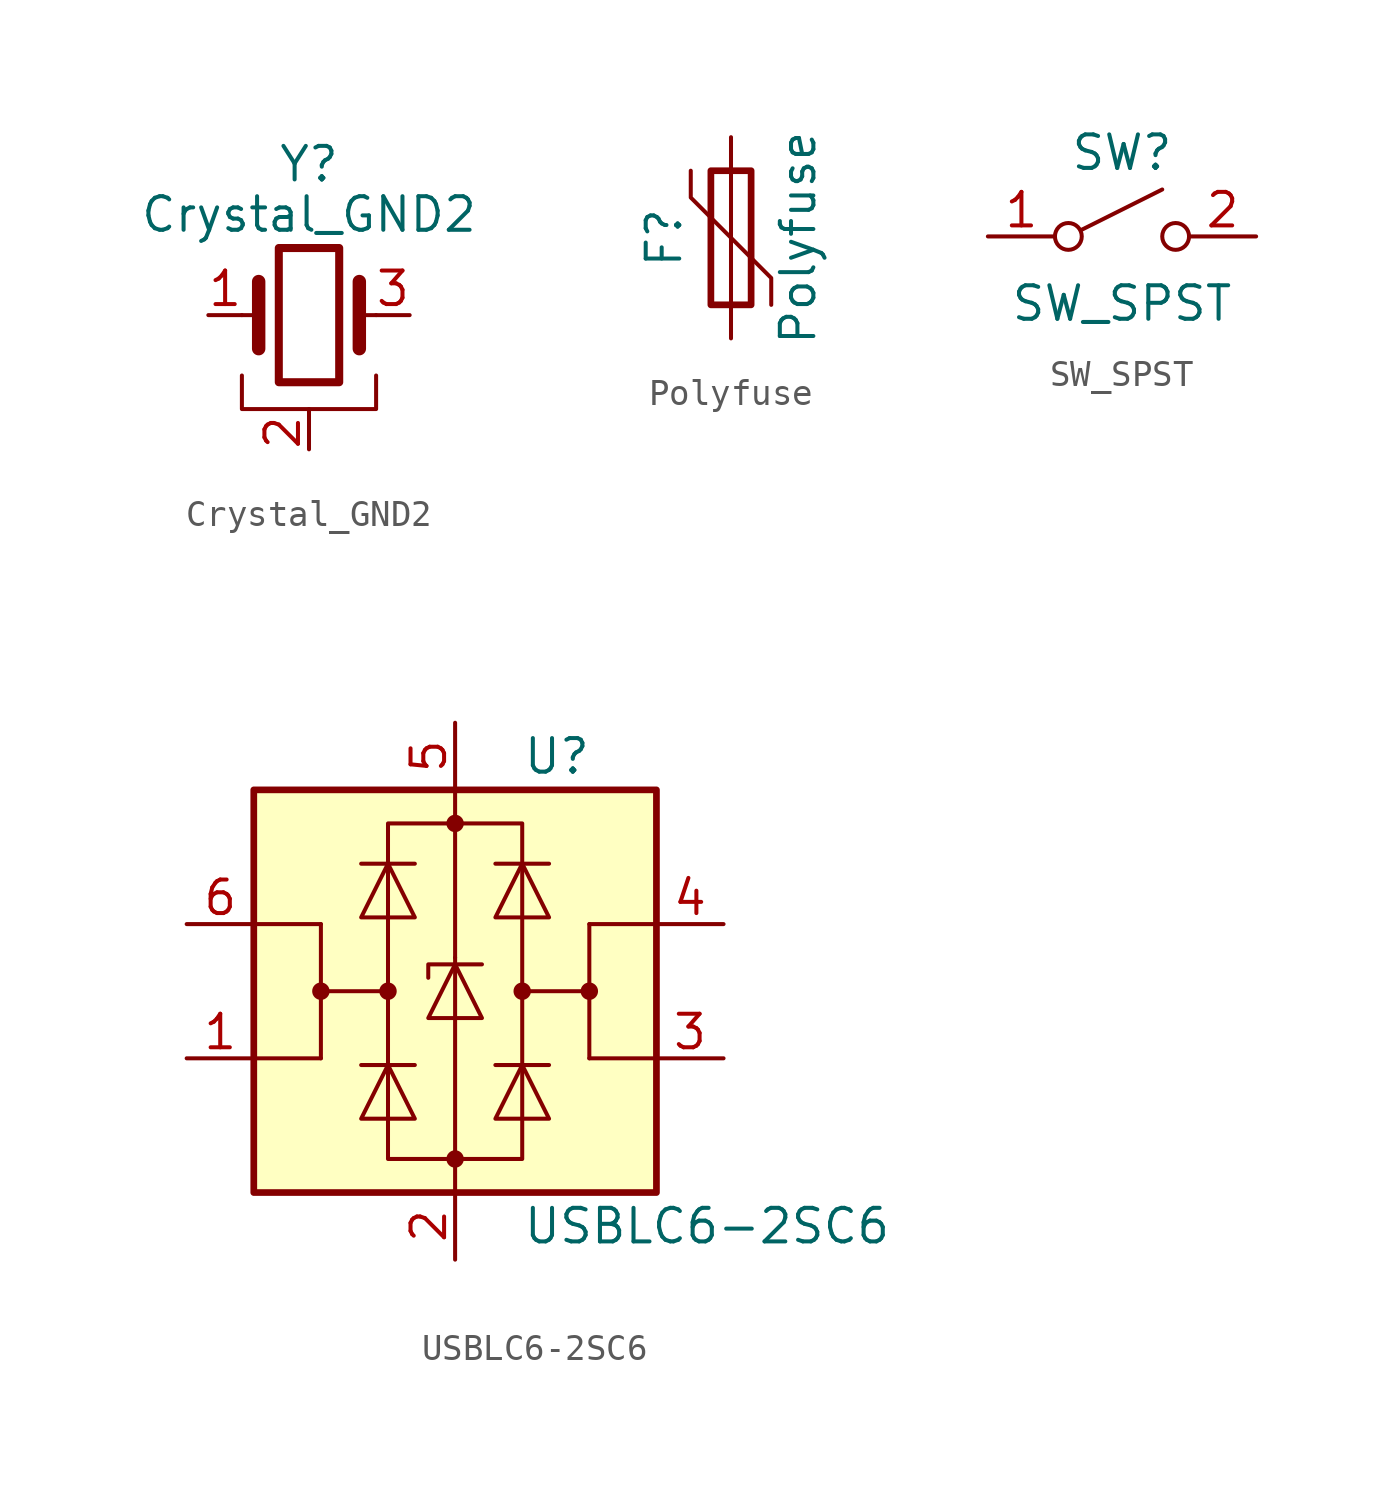
<source format=kicad_sym>
(kicad_symbol_lib
  (version 20220914)
  (generator kicad_symbol_editor)
  (symbol "Crystal_GND2"
    (pin_names
      (offset 1.016) hide)
    (property "Reference" "Y"
      (at 0 5.715 0)
      (effects (font (size 1.27 1.27))))
    (property "Value" "Crystal_GND2"
      (at 0 3.81 0)
      (effects (font (size 1.27 1.27))))
    (symbol "Crystal_GND2_0_1"
      (rectangle (start -1.143 2.54) (end 1.143 -2.54) (stroke (width 0.305) (type default)) (fill (type none)))
      (polyline (pts (xy -2.54 0) (xy -1.905 0)) (stroke (width 0) (type default)) (fill (type none)))
      (polyline (pts (xy -1.905 -1.27) (xy -1.905 1.27)) (stroke (width 0.508) (type default)) (fill (type none)))
      (polyline (pts (xy 0 -3.81) (xy 0 -3.556)) (stroke (width 0) (type default)) (fill (type none)))
      (polyline (pts (xy 1.905 0) (xy 2.54 0)) (stroke (width 0) (type default)) (fill (type none)))
      (polyline (pts (xy 1.905 1.27) (xy 1.905 -1.27)) (stroke (width 0.508) (type default)) (fill (type none)))
      (polyline (pts (xy -2.54 -2.286) (xy -2.54 -3.556) (xy 2.54 -3.556) (xy 2.54 -2.286)) (stroke (width 0) (type default)) (fill (type none))))
    (symbol "Crystal_GND2_1_1"
      (pin passive line (at -3.81 0 0) (length 1.27) (name "1" (effects (font (size 1.27 1.27)))) (number "1" (effects (font (size 1.27 1.27)))))
      (pin passive line (at 0 -5.08 90) (length 1.27) (name "2" (effects (font (size 1.27 1.27)))) (number "2" (effects (font (size 1.27 1.27)))))
      (pin passive line (at 3.81 0 180) (length 1.27) (name "3" (effects (font (size 1.27 1.27)))) (number "3" (effects (font (size 1.27 1.27)))))))
  (symbol "Polyfuse"
    (pin_numbers hide)
    (pin_names
      (offset 0))
    (property "Reference" "F"
      (at -2.54 0 90)
      (effects (font (size 1.27 1.27))))
    (property "Value" "Polyfuse"
      (at 2.54 0 90)
      (effects (font (size 1.27 1.27))))
    (symbol "Polyfuse_0_1"
      (rectangle (start -0.762 2.54) (end 0.762 -2.54) (stroke (width 0.254) (type default)) (fill (type none)))
      (polyline (pts (xy 0 2.54) (xy 0 -2.54)) (stroke (width 0) (type default)) (fill (type none)))
      (polyline (pts (xy -1.524 2.54) (xy -1.524 1.524) (xy 1.524 -1.524) (xy 1.524 -2.54)) (stroke (width 0) (type default)) (fill (type none))))
    (symbol "Polyfuse_1_1"
      (pin passive line (at 0 3.81 270) (length 1.27) (name "~" (effects (font (size 1.27 1.27)))) (number "1" (effects (font (size 1.27 1.27)))))
      (pin passive line (at 0 -3.81 90) (length 1.27) (name "~" (effects (font (size 1.27 1.27)))) (number "2" (effects (font (size 1.27 1.27)))))))
  (symbol "SW_SPST"
    (pin_names
      (offset 0) hide)
    (property "Reference" "SW"
      (at 0 3.175 0)
      (effects (font (size 1.27 1.27))))
    (property "Value" "SW_SPST"
      (at 0 -2.54 0)
      (effects (font (size 1.27 1.27))))
    (symbol "SW_SPST_0_0"
      (circle (center -2.032 0) (radius 0.508) (stroke (width 0) (type default)) (fill (type none)))
      (polyline (pts (xy -1.524 0.254) (xy 1.524 1.778)) (stroke (width 0) (type default)) (fill (type none)))
      (circle (center 2.032 0) (radius 0.508) (stroke (width 0) (type default)) (fill (type none))))
    (symbol "SW_SPST_1_1"
      (pin passive line (at -5.08 0 0) (length 2.54) (name "A" (effects (font (size 1.27 1.27)))) (number "1" (effects (font (size 1.27 1.27)))))
      (pin passive line (at 5.08 0 180) (length 2.54) (name "B" (effects (font (size 1.27 1.27)))) (number "2" (effects (font (size 1.27 1.27)))))))
  (symbol "USBLC6-2SC6"
    (pin_names hide)
    (property "Reference" "U"
      (at 2.54 8.89 0)
      (effects (font (size 1.27 1.27)) (justify left)))
    (property "Value" "USBLC6-2SC6"
      (at 2.54 -8.89 0)
      (effects (font (size 1.27 1.27)) (justify left)))
    (symbol "USBLC6-2SC6_0_1"
      (rectangle (start -7.62 -7.62) (end 7.62 7.62) (stroke (width 0.254) (type default)) (fill (type background)))
      (circle (center -5.08 0) (radius 0.254) (stroke (width 0) (type default)) (fill (type outline)))
      (circle (center -2.54 0) (radius 0.254) (stroke (width 0) (type default)) (fill (type outline)))
      (rectangle (start -2.54 6.35) (end 2.54 -6.35) (stroke (width 0) (type default)) (fill (type none)))
      (circle (center 0 -6.35) (radius 0.254) (stroke (width 0) (type default)) (fill (type outline)))
      (polyline (pts (xy -5.08 -2.54) (xy -7.62 -2.54)) (stroke (width 0) (type default)) (fill (type none)))
      (polyline (pts (xy -5.08 0) (xy -5.08 -2.54)) (stroke (width 0) (type default)) (fill (type none)))
      (polyline (pts (xy -5.08 2.54) (xy -7.62 2.54)) (stroke (width 0) (type default)) (fill (type none)))
      (polyline (pts (xy -1.524 -2.794) (xy -3.556 -2.794)) (stroke (width 0) (type default)) (fill (type none)))
      (polyline (pts (xy -1.524 4.826) (xy -3.556 4.826)) (stroke (width 0) (type default)) (fill (type none)))
      (polyline (pts (xy 0 -7.62) (xy 0 -6.35)) (stroke (width 0) (type default)) (fill (type none)))
      (polyline (pts (xy 0 -6.35) (xy 0 1.27)) (stroke (width 0) (type default)) (fill (type none)))
      (polyline (pts (xy 0 1.27) (xy 0 6.35)) (stroke (width 0) (type default)) (fill (type none)))
      (polyline (pts (xy 0 6.35) (xy 0 7.62)) (stroke (width 0) (type default)) (fill (type none)))
      (polyline (pts (xy 1.524 -2.794) (xy 3.556 -2.794)) (stroke (width 0) (type default)) (fill (type none)))
      (polyline (pts (xy 1.524 4.826) (xy 3.556 4.826)) (stroke (width 0) (type default)) (fill (type none)))
      (polyline (pts (xy 5.08 -2.54) (xy 7.62 -2.54)) (stroke (width 0) (type default)) (fill (type none)))
      (polyline (pts (xy 5.08 0) (xy 5.08 -2.54)) (stroke (width 0) (type default)) (fill (type none)))
      (polyline (pts (xy 5.08 2.54) (xy 7.62 2.54)) (stroke (width 0) (type default)) (fill (type none)))
      (polyline (pts (xy -2.54 0) (xy -5.08 0) (xy -5.08 2.54)) (stroke (width 0) (type default)) (fill (type none)))
      (polyline (pts (xy 2.54 0) (xy 5.08 0) (xy 5.08 2.54)) (stroke (width 0) (type default)) (fill (type none)))
      (polyline (pts (xy -3.556 -4.826) (xy -1.524 -4.826) (xy -2.54 -2.794) (xy -3.556 -4.826)) (stroke (width 0) (type default)) (fill (type none)))
      (polyline (pts (xy -3.556 2.794) (xy -1.524 2.794) (xy -2.54 4.826) (xy -3.556 2.794)) (stroke (width 0) (type default)) (fill (type none)))
      (polyline (pts (xy -1.016 -1.016) (xy 1.016 -1.016) (xy 0 1.016) (xy -1.016 -1.016)) (stroke (width 0) (type default)) (fill (type none)))
      (polyline (pts (xy 1.016 1.016) (xy 0.762 1.016) (xy -1.016 1.016) (xy -1.016 0.508)) (stroke (width 0) (type default)) (fill (type none)))
      (polyline (pts (xy 3.556 -4.826) (xy 1.524 -4.826) (xy 2.54 -2.794) (xy 3.556 -4.826)) (stroke (width 0) (type default)) (fill (type none)))
      (polyline (pts (xy 3.556 2.794) (xy 1.524 2.794) (xy 2.54 4.826) (xy 3.556 2.794)) (stroke (width 0) (type default)) (fill (type none)))
      (circle (center 0 6.35) (radius 0.254) (stroke (width 0) (type default)) (fill (type outline)))
      (circle (center 2.54 0) (radius 0.254) (stroke (width 0) (type default)) (fill (type outline)))
      (circle (center 5.08 0) (radius 0.254) (stroke (width 0) (type default)) (fill (type outline))))
    (symbol "USBLC6-2SC6_1_1"
      (pin passive line (at -10.16 -2.54 0) (length 2.54) (name "I/O1" (effects (font (size 1.27 1.27)))) (number "1" (effects (font (size 1.27 1.27)))))
      (pin passive line (at 0 -10.16 90) (length 2.54) (name "GND" (effects (font (size 1.27 1.27)))) (number "2" (effects (font (size 1.27 1.27)))))
      (pin passive line (at 10.16 -2.54 180) (length 2.54) (name "I/O2" (effects (font (size 1.27 1.27)))) (number "3" (effects (font (size 1.27 1.27)))))
      (pin passive line (at 10.16 2.54 180) (length 2.54) (name "I/O2" (effects (font (size 1.27 1.27)))) (number "4" (effects (font (size 1.27 1.27)))))
      (pin passive line (at 0 10.16 270) (length 2.54) (name "VBUS" (effects (font (size 1.27 1.27)))) (number "5" (effects (font (size 1.27 1.27)))))
      (pin passive line (at -10.16 2.54 0) (length 2.54) (name "I/O1" (effects (font (size 1.27 1.27)))) (number "6" (effects (font (size 1.27 1.27))))))))
</source>
